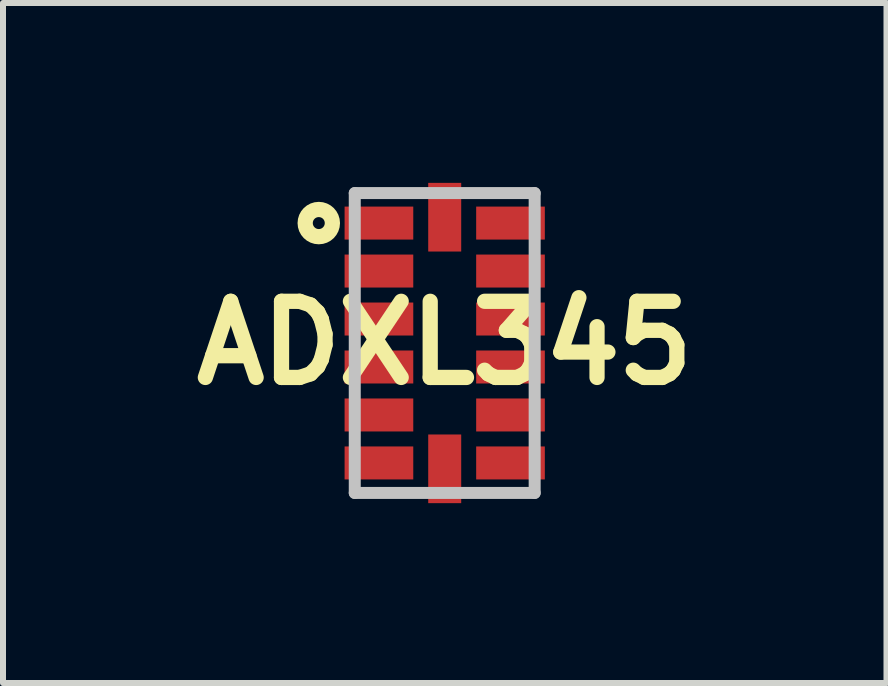
<source format=kicad_pcb>
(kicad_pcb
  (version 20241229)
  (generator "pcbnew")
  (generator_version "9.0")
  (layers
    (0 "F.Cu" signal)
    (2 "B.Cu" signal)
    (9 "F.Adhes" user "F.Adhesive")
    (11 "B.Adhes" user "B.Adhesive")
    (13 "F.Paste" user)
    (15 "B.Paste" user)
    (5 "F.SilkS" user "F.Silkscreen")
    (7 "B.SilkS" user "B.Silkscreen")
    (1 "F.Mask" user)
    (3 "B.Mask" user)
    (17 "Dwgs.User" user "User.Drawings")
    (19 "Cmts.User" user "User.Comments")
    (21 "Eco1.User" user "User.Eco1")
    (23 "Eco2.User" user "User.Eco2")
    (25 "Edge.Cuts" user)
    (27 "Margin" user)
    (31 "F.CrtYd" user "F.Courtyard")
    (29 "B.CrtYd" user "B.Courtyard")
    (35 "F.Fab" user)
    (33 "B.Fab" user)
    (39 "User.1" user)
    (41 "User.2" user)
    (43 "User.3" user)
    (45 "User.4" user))
  (footprint "ADXL345"
    (layer "F.Cu")
    (at 4.366 2.67)
    (property "Reference" "ADXL345" (at 0 0 0) (layer "F.SilkS") (effects (font (size 1.27 1.27) (thickness 0.254))))
    (attr smd)
    (fp_line (start -1.5 -2.5) (end -0.607 -2.5) (stroke (width 0.1) (type solid)) (layer "F.SilkS"))
    (fp_line (start -1.5 2.5) (end -0.607 2.5) (stroke (width 0.1) (type solid)) (layer "F.SilkS"))
    (fp_line (start 0.607 -2.5) (end 1.5 -2.5) (stroke (width 0.1) (type solid)) (layer "F.SilkS"))
    (fp_line (start 0.607 2.5) (end 1.5 2.5) (stroke (width 0.1) (type solid)) (layer "F.SilkS"))
    (fp_circle (center -2.1 -2) (end -2.2 -2) (stroke (width 0.254) (type solid)) (fill no) (layer "F.SilkS"))
    (fp_line (start -1.5 -2.5) (end 1.5 -2.5) (stroke (width 0.2) (type solid)) (layer "Dwgs.User"))
    (fp_line (start -1.5 2.5) (end -1.5 -2.5) (stroke (width 0.2) (type solid)) (layer "Dwgs.User"))
    (fp_line (start 1.5 -2.5) (end 1.5 2.5) (stroke (width 0.2) (type solid)) (layer "Dwgs.User"))
    (fp_line (start 1.5 2.5) (end -1.5 2.5) (stroke (width 0.2) (type solid)) (layer "Dwgs.User"))
    (pad "1" smd rect (at -1.097 -2 90) (size 0.55 1.145) (layers "F.Cu" "F.Mask" "F.Paste"))
    (pad "2" smd rect (at -1.097 -1.2 90) (size 0.55 1.145) (layers "F.Cu" "F.Mask" "F.Paste"))
    (pad "3" smd rect (at -1.097 -0.4 90) (size 0.55 1.145) (layers "F.Cu" "F.Mask" "F.Paste"))
    (pad "4" smd rect (at -1.097 0.4 90) (size 0.55 1.145) (layers "F.Cu" "F.Mask" "F.Paste"))
    (pad "5" smd rect (at -1.097 1.2 90) (size 0.55 1.145) (layers "F.Cu" "F.Mask" "F.Paste"))
    (pad "6" smd rect (at -1.097 2 90) (size 0.55 1.145) (layers "F.Cu" "F.Mask" "F.Paste"))
    (pad "7" smd rect (at 0 2.098) (size 0.55 1.145) (layers "F.Cu" "F.Mask" "F.Paste"))
    (pad "8" smd rect (at 1.097 2 90) (size 0.55 1.145) (layers "F.Cu" "F.Mask" "F.Paste"))
    (pad "9" smd rect (at 1.097 1.2 90) (size 0.55 1.145) (layers "F.Cu" "F.Mask" "F.Paste"))
    (pad "10" smd rect (at 1.097 0.4 90) (size 0.55 1.145) (layers "F.Cu" "F.Mask" "F.Paste"))
    (pad "11" smd rect (at 1.097 -0.4 90) (size 0.55 1.145) (layers "F.Cu" "F.Mask" "F.Paste"))
    (pad "12" smd rect (at 1.097 -1.2 90) (size 0.55 1.145) (layers "F.Cu" "F.Mask" "F.Paste"))
    (pad "13" smd rect (at 1.097 -2 90) (size 0.55 1.145) (layers "F.Cu" "F.Mask" "F.Paste"))
    (pad "14" smd rect (at 0 -2.098) (size 0.55 1.145) (layers "F.Cu" "F.Mask" "F.Paste")))
  (gr_rect
    (start -3 -3)
    (end 11.733 8.34)
    (stroke (width 0.1) (type default))
    (fill no)
    (layer "Edge.Cuts")))
</source>
